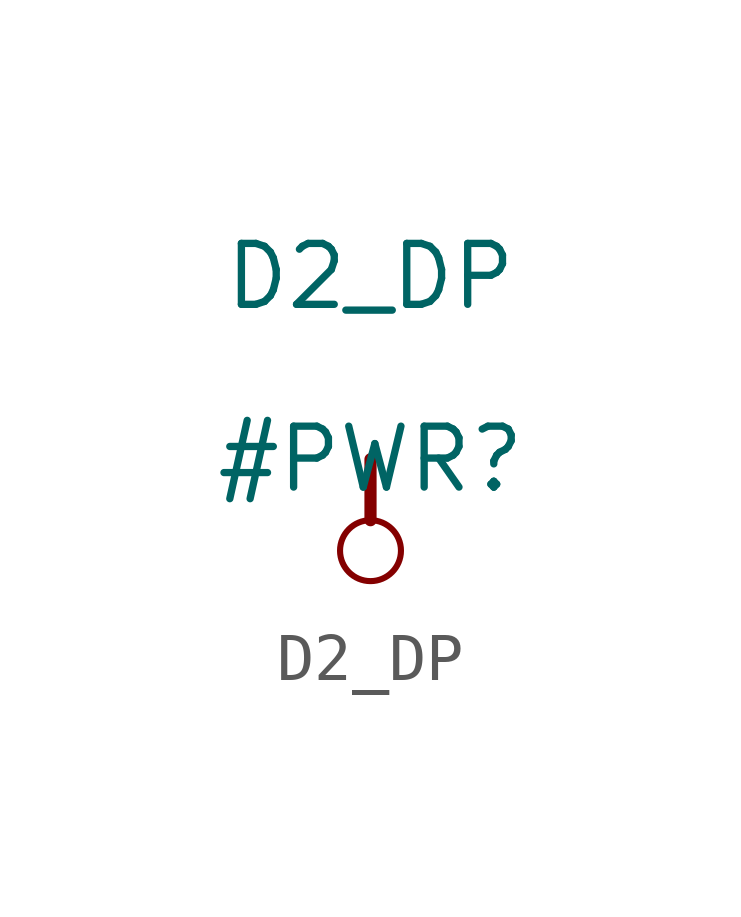
<source format=kicad_sym>
(kicad_symbol_lib
  (version 20211014)
  (generator kicad_symbol_editor)
  (symbol "D2_DP"
    (power)
    (property "Reference" "#PWR"
      (at 0 0 0)
      (effects (font (size 1.27 1.27))))
    (property "Value" "D2_DP"
      (at 0 3.81 0)
      (effects (font (size 1.27 1.27))))
    (symbol "D2_DP_0_0"
      (circle (center 0 -1.905) (radius 0.635) (stroke (width 0.127) (type default) (color 0 0 0 0)) (fill (type none)))
      (polyline (pts (xy 0 0) (xy 0 -1.27)) (stroke (width 0.254) (type default) (color 0 0 0 0)) (fill (type none)))
      (pin power_in line (at 0 0 0) (length 0) hide (name "D2_DP" (effects (font (size 1.27 1.27)))) (number "" (effects (font (size 1.27 1.27))))))))
</source>
